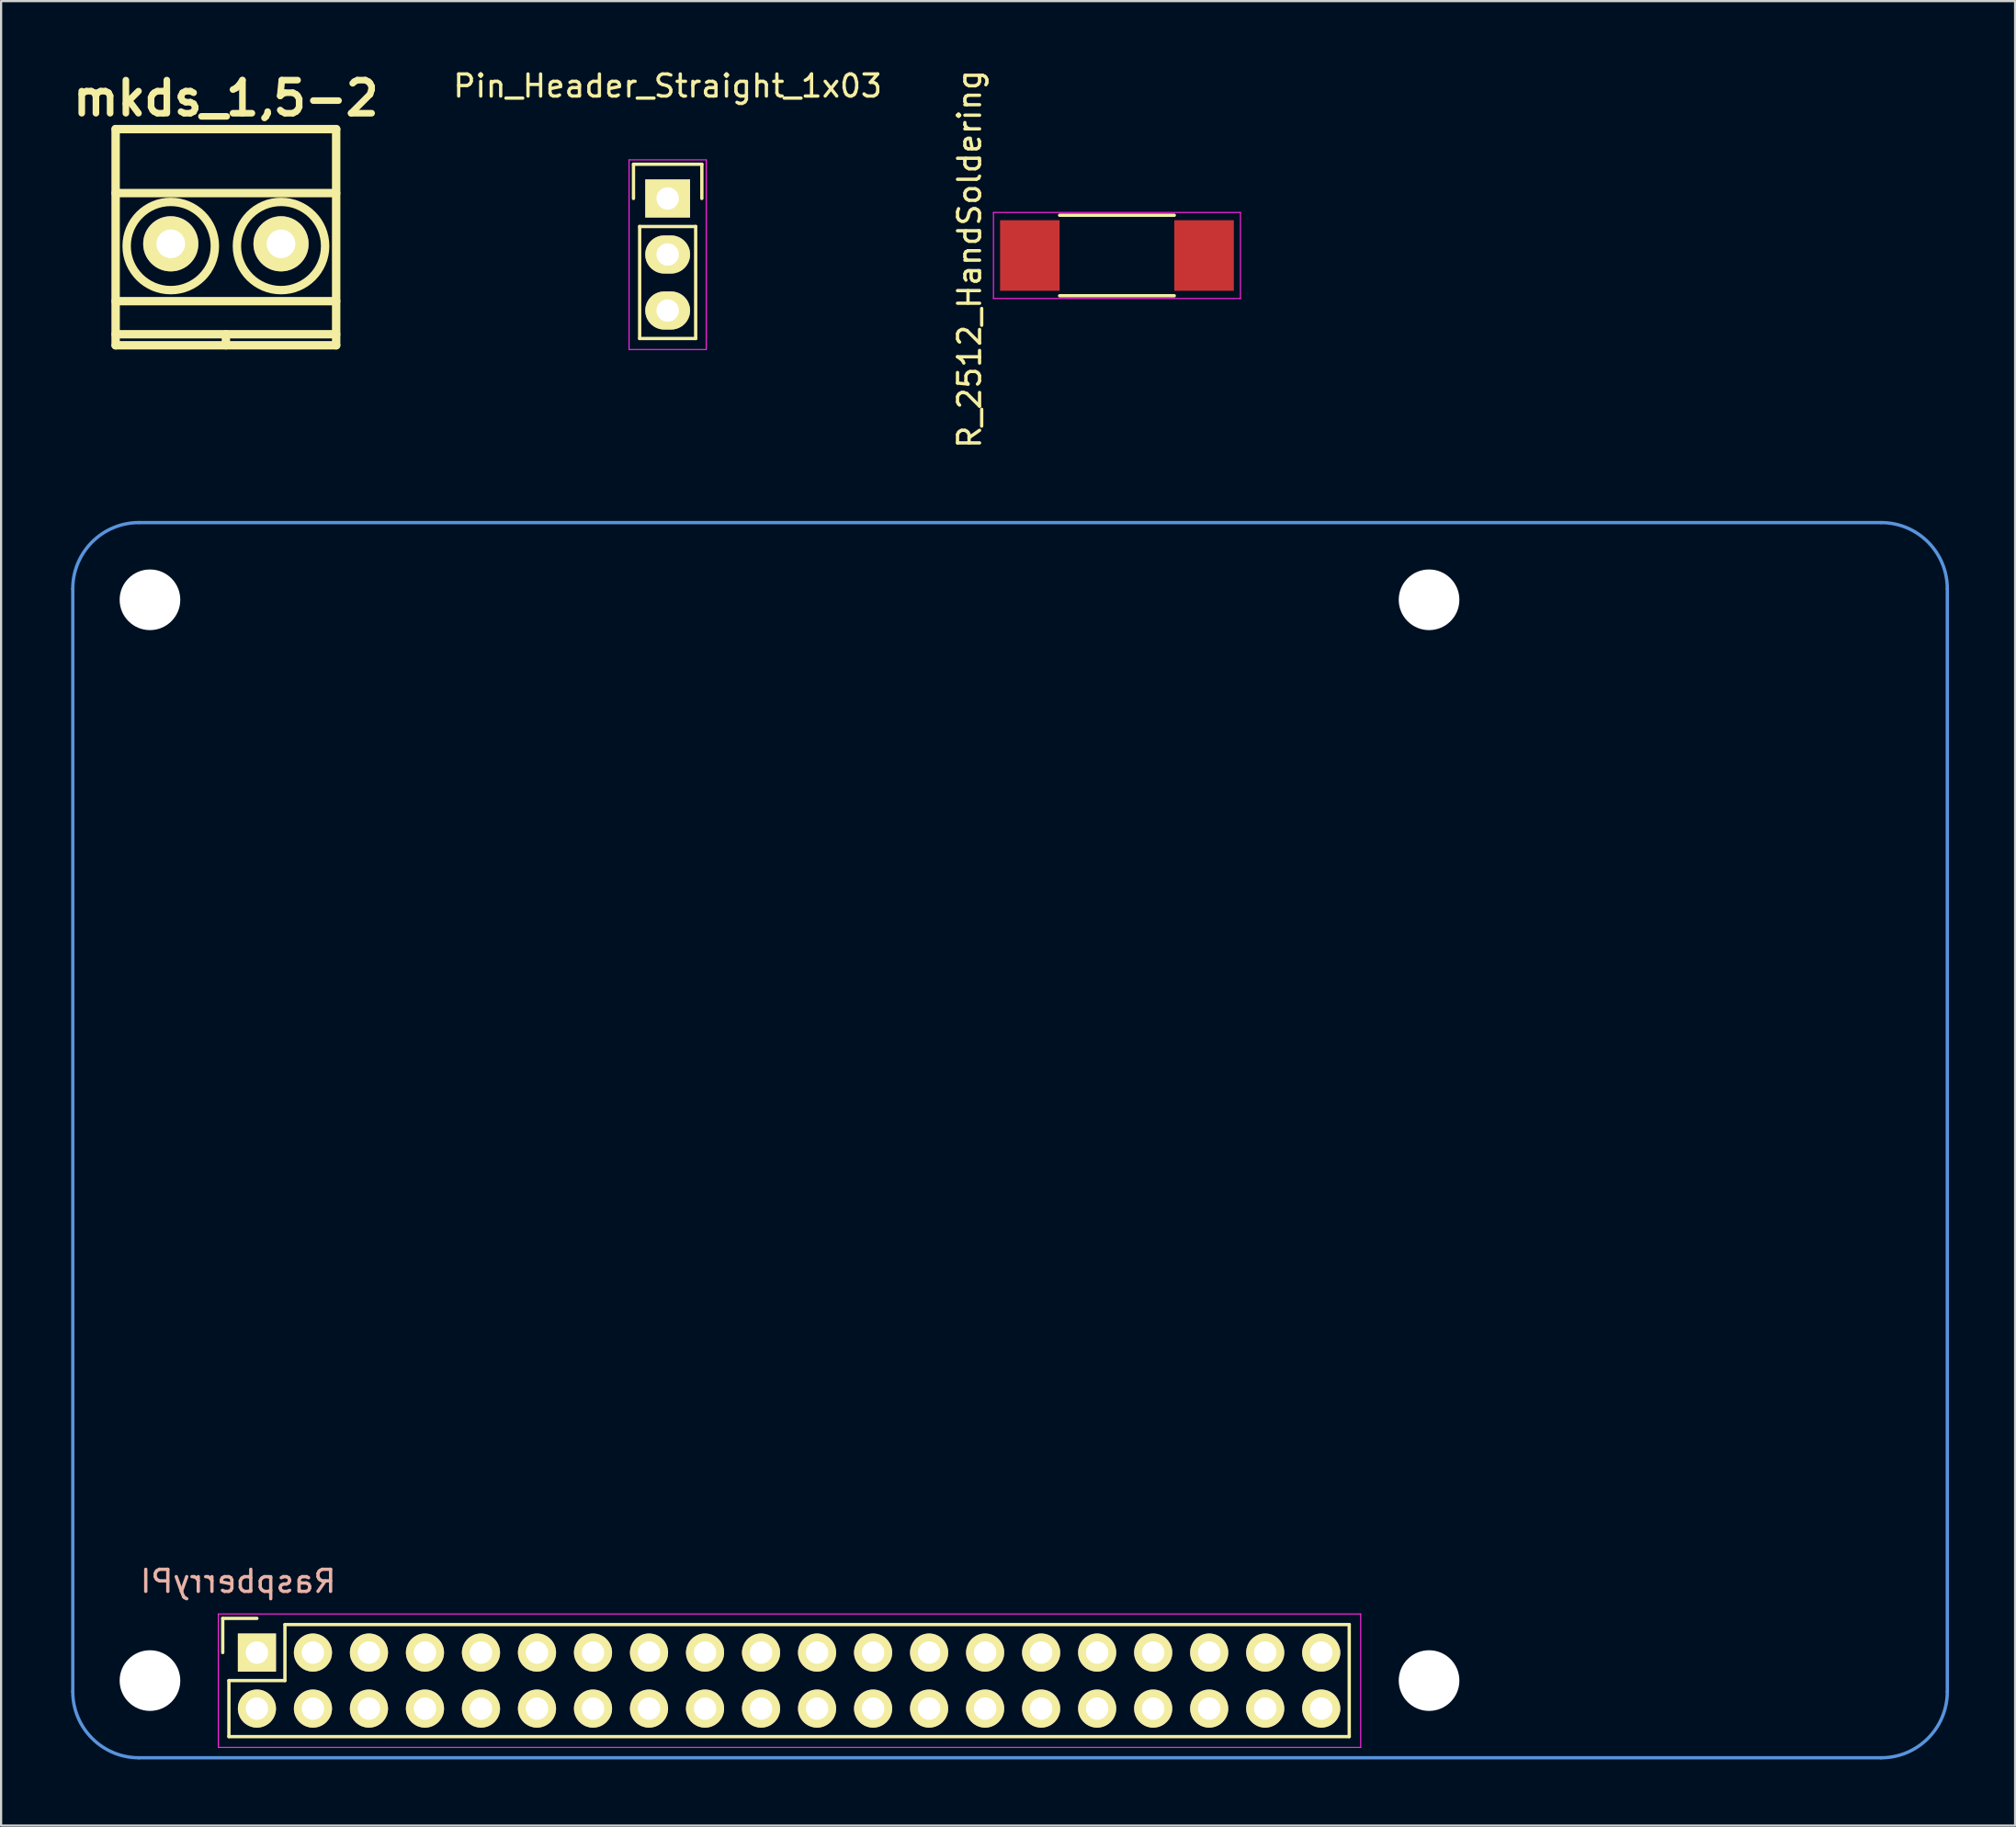
<source format=kicad_pcb>
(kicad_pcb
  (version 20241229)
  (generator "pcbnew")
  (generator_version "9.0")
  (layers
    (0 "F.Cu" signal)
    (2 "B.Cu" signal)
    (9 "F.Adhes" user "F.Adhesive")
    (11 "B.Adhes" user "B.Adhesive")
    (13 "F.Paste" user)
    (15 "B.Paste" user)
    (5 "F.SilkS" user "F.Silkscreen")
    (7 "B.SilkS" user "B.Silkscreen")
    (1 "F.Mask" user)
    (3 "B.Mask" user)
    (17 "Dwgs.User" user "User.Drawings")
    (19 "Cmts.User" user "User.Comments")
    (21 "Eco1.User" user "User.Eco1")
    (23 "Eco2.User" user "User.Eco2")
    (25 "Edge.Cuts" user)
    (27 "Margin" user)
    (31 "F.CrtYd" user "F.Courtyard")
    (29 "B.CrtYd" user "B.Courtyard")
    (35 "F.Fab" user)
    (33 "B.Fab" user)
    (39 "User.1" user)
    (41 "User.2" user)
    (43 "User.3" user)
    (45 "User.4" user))
  (footprint "Pin_Header_Straight_1x03"
    (layer "F.Cu")
    (at 27.225 5.948)
    (property "Reference" "Pin_Header_Straight_1x03" (at 0 -5.1 0) (layer "F.SilkS") (effects (font (size 1 1) (thickness 0.15))))
    (attr through_hole)
    (fp_line (start -1.55 -1.55) (end 1.55 -1.55) (stroke (width 0.15) (type solid)) (layer "F.SilkS"))
    (fp_line (start -1.55 0) (end -1.55 -1.55) (stroke (width 0.15) (type solid)) (layer "F.SilkS"))
    (fp_line (start -1.27 1.27) (end -1.27 6.35) (stroke (width 0.15) (type solid)) (layer "F.SilkS"))
    (fp_line (start -1.27 6.35) (end 1.27 6.35) (stroke (width 0.15) (type solid)) (layer "F.SilkS"))
    (fp_line (start 1.27 1.27) (end -1.27 1.27) (stroke (width 0.15) (type solid)) (layer "F.SilkS"))
    (fp_line (start 1.27 6.35) (end 1.27 1.27) (stroke (width 0.15) (type solid)) (layer "F.SilkS"))
    (fp_line (start 1.55 -1.55) (end 1.55 0) (stroke (width 0.15) (type solid)) (layer "F.SilkS"))
    (fp_line (start -1.75 -1.75) (end -1.75 6.85) (stroke (width 0.05) (type solid)) (layer "F.CrtYd"))
    (fp_line (start -1.75 -1.75) (end 1.75 -1.75) (stroke (width 0.05) (type solid)) (layer "F.CrtYd"))
    (fp_line (start -1.75 6.85) (end 1.75 6.85) (stroke (width 0.05) (type solid)) (layer "F.CrtYd"))
    (fp_line (start 1.75 -1.75) (end 1.75 6.85) (stroke (width 0.05) (type solid)) (layer "F.CrtYd"))
    (pad "1" thru_hole rect (at 0 0) (size 2.032 1.727) (drill 1.016) (layers "*.Cu" "*.Mask" "F.SilkS"))
    (pad "2" thru_hole oval (at 0 2.54) (size 2.032 1.727) (drill 1.016) (layers "*.Cu" "*.Mask" "F.SilkS"))
    (pad "3" thru_hole oval (at 0 5.08) (size 2.032 1.727) (drill 1.016) (layers "*.Cu" "*.Mask" "F.SilkS")))
  (footprint "R_2512_HandSoldering"
    (layer "F.Cu")
    (at 47.598 8.534)
    (property "Reference" "R_2512_HandSoldering" (at -6.685 0.163 90) (layer "F.SilkS") (effects (font (size 1 1) (thickness 0.15))))
    (attr smd)
    (fp_line (start -2.6 -1.825) (end 2.6 -1.825) (stroke (width 0.15) (type solid)) (layer "F.SilkS"))
    (fp_line (start 2.6 1.825) (end -2.6 1.825) (stroke (width 0.15) (type solid)) (layer "F.SilkS"))
    (fp_line (start -5.6 -1.95) (end -5.6 1.95) (stroke (width 0.05) (type solid)) (layer "F.CrtYd"))
    (fp_line (start -5.6 -1.95) (end 5.6 -1.95) (stroke (width 0.05) (type solid)) (layer "F.CrtYd"))
    (fp_line (start -5.6 1.95) (end 5.6 1.95) (stroke (width 0.05) (type solid)) (layer "F.CrtYd"))
    (fp_line (start 5.6 -1.95) (end 5.6 1.95) (stroke (width 0.05) (type solid)) (layer "F.CrtYd"))
    (pad "1" smd rect (at -3.95 0) (size 2.7 3.2) (layers "F.Cu" "F.Mask" "F.Paste"))
    (pad "2" smd rect (at 3.95 0) (size 2.7 3.2) (layers "F.Cu" "F.Mask" "F.Paste")))
  (footprint "RaspberryPI"
    (layer "F.Cu")
    (at 0.25 20.643)
    (property "Reference" "RaspberryPI" (at 7.5 48 0) (layer "B.SilkS") (effects (font (size 1 1) (thickness 0.15)) (justify mirror)))
    (attr through_hole)
    (fp_line (start 6.8 49.68) (end 6.8 51.23) (stroke (width 0.15) (type solid)) (layer "F.SilkS"))
    (fp_line (start 7.08 52.5) (end 9.62 52.5) (stroke (width 0.15) (type solid)) (layer "F.SilkS"))
    (fp_line (start 7.08 55.04) (end 7.08 52.5) (stroke (width 0.15) (type solid)) (layer "F.SilkS"))
    (fp_line (start 8.35 49.68) (end 6.8 49.68) (stroke (width 0.15) (type solid)) (layer "F.SilkS"))
    (fp_line (start 9.62 49.96) (end 57.88 49.96) (stroke (width 0.15) (type solid)) (layer "F.SilkS"))
    (fp_line (start 9.62 52.5) (end 9.62 49.96) (stroke (width 0.15) (type solid)) (layer "F.SilkS"))
    (fp_line (start 57.88 55.04) (end 7.08 55.04) (stroke (width 0.15) (type solid)) (layer "F.SilkS"))
    (fp_line (start 57.88 55.04) (end 57.88 49.96) (stroke (width 0.15) (type solid)) (layer "F.SilkS"))
    (fp_line (start 0 3) (end 0 53) (stroke (width 0.15) (type solid)) (layer "Cmts.User"))
    (fp_line (start 3 0) (end 82 0) (stroke (width 0.15) (type solid)) (layer "Cmts.User"))
    (fp_line (start 3 56) (end 82 56) (stroke (width 0.15) (type solid)) (layer "Cmts.User"))
    (fp_line (start 85 53) (end 85 3) (stroke (width 0.15) (type solid)) (layer "Cmts.User"))
    (fp_arc (start 0 3) (mid 0.87868 0.87868) (end 3 0) (stroke (width 0.15) (type solid)) (layer "Cmts.User"))
    (fp_arc (start 3 56) (mid 0.87868 55.12132) (end 0 53) (stroke (width 0.15) (type solid)) (layer "Cmts.User"))
    (fp_arc (start 82 0) (mid 84.12132 0.87868) (end 85 3) (stroke (width 0.15) (type solid)) (layer "Cmts.User"))
    (fp_arc (start 85 53) (mid 84.12132 55.12132) (end 82 56) (stroke (width 0.15) (type solid)) (layer "Cmts.User"))
    (fp_line (start 6.6 49.48) (end 6.6 55.53) (stroke (width 0.05) (type solid)) (layer "F.CrtYd"))
    (fp_line (start 6.6 49.48) (end 58.4 49.48) (stroke (width 0.05) (type solid)) (layer "F.CrtYd"))
    (fp_line (start 6.6 55.53) (end 58.4 55.53) (stroke (width 0.05) (type solid)) (layer "F.CrtYd"))
    (fp_line (start 58.4 49.48) (end 58.4 55.53) (stroke (width 0.05) (type solid)) (layer "F.CrtYd"))
    (pad "" np_thru_hole circle (at 3.5 3.5) (size 2.75 2.75) (drill 2.75) (layers "*.Cu" "*.Mask"))
    (pad "" np_thru_hole circle (at 3.5 52.5) (size 2.75 2.75) (drill 2.75) (layers "*.Cu" "*.Mask"))
    (pad "" np_thru_hole circle (at 61.5 3.5) (size 2.75 2.75) (drill 2.75) (layers "*.Cu" "*.Mask"))
    (pad "" np_thru_hole circle (at 61.5 52.5) (size 2.75 2.75) (drill 2.75) (layers "*.Cu" "*.Mask"))
    (pad "1" thru_hole rect (at 8.35 51.23) (size 1.727 1.727) (drill 1.016) (layers "*.Cu" "*.Mask" "F.SilkS"))
    (pad "2" thru_hole oval (at 8.35 53.77) (size 1.727 1.727) (drill 1.016) (layers "*.Cu" "*.Mask" "F.SilkS"))
    (pad "3" thru_hole oval (at 10.89 51.23) (size 1.727 1.727) (drill 1.016) (layers "*.Cu" "*.Mask" "F.SilkS"))
    (pad "4" thru_hole oval (at 10.89 53.77) (size 1.727 1.727) (drill 1.016) (layers "*.Cu" "*.Mask" "F.SilkS"))
    (pad "5" thru_hole oval (at 13.43 51.23) (size 1.727 1.727) (drill 1.016) (layers "*.Cu" "*.Mask" "F.SilkS"))
    (pad "6" thru_hole oval (at 13.43 53.77) (size 1.727 1.727) (drill 1.016) (layers "*.Cu" "*.Mask" "F.SilkS"))
    (pad "7" thru_hole oval (at 15.97 51.23) (size 1.727 1.727) (drill 1.016) (layers "*.Cu" "*.Mask" "F.SilkS"))
    (pad "8" thru_hole oval (at 15.97 53.77) (size 1.727 1.727) (drill 1.016) (layers "*.Cu" "*.Mask" "F.SilkS"))
    (pad "9" thru_hole oval (at 18.51 51.23) (size 1.727 1.727) (drill 1.016) (layers "*.Cu" "*.Mask" "F.SilkS"))
    (pad "10" thru_hole oval (at 18.51 53.77) (size 1.727 1.727) (drill 1.016) (layers "*.Cu" "*.Mask" "F.SilkS"))
    (pad "11" thru_hole oval (at 21.05 51.23) (size 1.727 1.727) (drill 1.016) (layers "*.Cu" "*.Mask" "F.SilkS"))
    (pad "12" thru_hole oval (at 21.05 53.77) (size 1.727 1.727) (drill 1.016) (layers "*.Cu" "*.Mask" "F.SilkS"))
    (pad "13" thru_hole oval (at 23.59 51.23) (size 1.727 1.727) (drill 1.016) (layers "*.Cu" "*.Mask" "F.SilkS"))
    (pad "14" thru_hole oval (at 23.59 53.77) (size 1.727 1.727) (drill 1.016) (layers "*.Cu" "*.Mask" "F.SilkS"))
    (pad "15" thru_hole oval (at 26.13 51.23) (size 1.727 1.727) (drill 1.016) (layers "*.Cu" "*.Mask" "F.SilkS"))
    (pad "16" thru_hole oval (at 26.13 53.77) (size 1.727 1.727) (drill 1.016) (layers "*.Cu" "*.Mask" "F.SilkS"))
    (pad "17" thru_hole oval (at 28.67 51.23) (size 1.727 1.727) (drill 1.016) (layers "*.Cu" "*.Mask" "F.SilkS"))
    (pad "18" thru_hole oval (at 28.67 53.77) (size 1.727 1.727) (drill 1.016) (layers "*.Cu" "*.Mask" "F.SilkS"))
    (pad "19" thru_hole oval (at 31.21 51.23) (size 1.727 1.727) (drill 1.016) (layers "*.Cu" "*.Mask" "F.SilkS"))
    (pad "20" thru_hole oval (at 31.21 53.77) (size 1.727 1.727) (drill 1.016) (layers "*.Cu" "*.Mask" "F.SilkS"))
    (pad "21" thru_hole oval (at 33.75 51.23) (size 1.727 1.727) (drill 1.016) (layers "*.Cu" "*.Mask" "F.SilkS"))
    (pad "22" thru_hole oval (at 33.75 53.77) (size 1.727 1.727) (drill 1.016) (layers "*.Cu" "*.Mask" "F.SilkS"))
    (pad "23" thru_hole oval (at 36.29 51.23) (size 1.727 1.727) (drill 1.016) (layers "*.Cu" "*.Mask" "F.SilkS"))
    (pad "24" thru_hole oval (at 36.29 53.77) (size 1.727 1.727) (drill 1.016) (layers "*.Cu" "*.Mask" "F.SilkS"))
    (pad "25" thru_hole oval (at 38.83 51.23) (size 1.727 1.727) (drill 1.016) (layers "*.Cu" "*.Mask" "F.SilkS"))
    (pad "26" thru_hole oval (at 38.83 53.77) (size 1.727 1.727) (drill 1.016) (layers "*.Cu" "*.Mask" "F.SilkS"))
    (pad "27" thru_hole oval (at 41.37 51.23) (size 1.727 1.727) (drill 1.016) (layers "*.Cu" "*.Mask" "F.SilkS"))
    (pad "28" thru_hole oval (at 41.37 53.77) (size 1.727 1.727) (drill 1.016) (layers "*.Cu" "*.Mask" "F.SilkS"))
    (pad "29" thru_hole oval (at 43.91 51.23) (size 1.727 1.727) (drill 1.016) (layers "*.Cu" "*.Mask" "F.SilkS"))
    (pad "30" thru_hole oval (at 43.91 53.77) (size 1.727 1.727) (drill 1.016) (layers "*.Cu" "*.Mask" "F.SilkS"))
    (pad "31" thru_hole oval (at 46.45 51.23) (size 1.727 1.727) (drill 1.016) (layers "*.Cu" "*.Mask" "F.SilkS"))
    (pad "32" thru_hole oval (at 46.45 53.77) (size 1.727 1.727) (drill 1.016) (layers "*.Cu" "*.Mask" "F.SilkS"))
    (pad "33" thru_hole oval (at 48.99 51.23) (size 1.727 1.727) (drill 1.016) (layers "*.Cu" "*.Mask" "F.SilkS"))
    (pad "34" thru_hole oval (at 48.99 53.77) (size 1.727 1.727) (drill 1.016) (layers "*.Cu" "*.Mask" "F.SilkS"))
    (pad "35" thru_hole oval (at 51.53 51.23) (size 1.727 1.727) (drill 1.016) (layers "*.Cu" "*.Mask" "F.SilkS"))
    (pad "36" thru_hole oval (at 51.53 53.77) (size 1.727 1.727) (drill 1.016) (layers "*.Cu" "*.Mask" "F.SilkS"))
    (pad "37" thru_hole oval (at 54.07 51.23) (size 1.727 1.727) (drill 1.016) (layers "*.Cu" "*.Mask" "F.SilkS"))
    (pad "38" thru_hole oval (at 54.07 53.77) (size 1.727 1.727) (drill 1.016) (layers "*.Cu" "*.Mask" "F.SilkS"))
    (pad "39" thru_hole oval (at 56.61 51.23) (size 1.727 1.727) (drill 1.016) (layers "*.Cu" "*.Mask" "F.SilkS"))
    (pad "40" thru_hole oval (at 56.61 53.77) (size 1.727 1.727) (drill 1.016) (layers "*.Cu" "*.Mask" "F.SilkS")))
  (footprint "mkds_1,5-2"
    (layer "F.Cu")
    (at 7.193 8.004)
    (property "Reference" "mkds_1,5-2" (at 0 -6.6 0) (layer "F.SilkS") (effects (font (size 1.5 1.5) (thickness 0.3))))
    (attr through_hole)
    (fp_line (start -5 -5.2) (end -5 4.6) (stroke (width 0.381) (type solid)) (layer "F.SilkS"))
    (fp_line (start -5 -2.3) (end 5 -2.3) (stroke (width 0.381) (type solid)) (layer "F.SilkS"))
    (fp_line (start -5 2.6) (end 5 2.6) (stroke (width 0.381) (type solid)) (layer "F.SilkS"))
    (fp_line (start -5 4.1) (end 5 4.1) (stroke (width 0.381) (type solid)) (layer "F.SilkS"))
    (fp_line (start -5 4.6) (end 5 4.6) (stroke (width 0.381) (type solid)) (layer "F.SilkS"))
    (fp_line (start 0 4.1) (end 0 4.6) (stroke (width 0.381) (type solid)) (layer "F.SilkS"))
    (fp_line (start 5 -5.2) (end -5 -5.2) (stroke (width 0.381) (type solid)) (layer "F.SilkS"))
    (fp_line (start 5 4.6) (end 5 -5.2) (stroke (width 0.381) (type solid)) (layer "F.SilkS"))
    (fp_circle (center -2.5 0.1) (end -0.5 0.1) (stroke (width 0.381) (type solid)) (fill no) (layer "F.SilkS"))
    (fp_circle (center 2.5 0.1) (end 0.5 0.1) (stroke (width 0.381) (type solid)) (fill no) (layer "F.SilkS"))
    (pad "1" thru_hole circle (at -2.5 0) (size 2.5 2.5) (drill 1.3) (layers "*.Cu" "*.Mask" "F.SilkS"))
    (pad "2" thru_hole circle (at 2.5 0) (size 2.5 2.5) (drill 1.3) (layers "*.Cu" "*.Mask" "F.SilkS")))
  (gr_rect
    (start -3 -3)
    (end 88.325 79.718)
    (stroke (width 0.1) (type default))
    (fill no)
    (layer "Edge.Cuts")))
</source>
